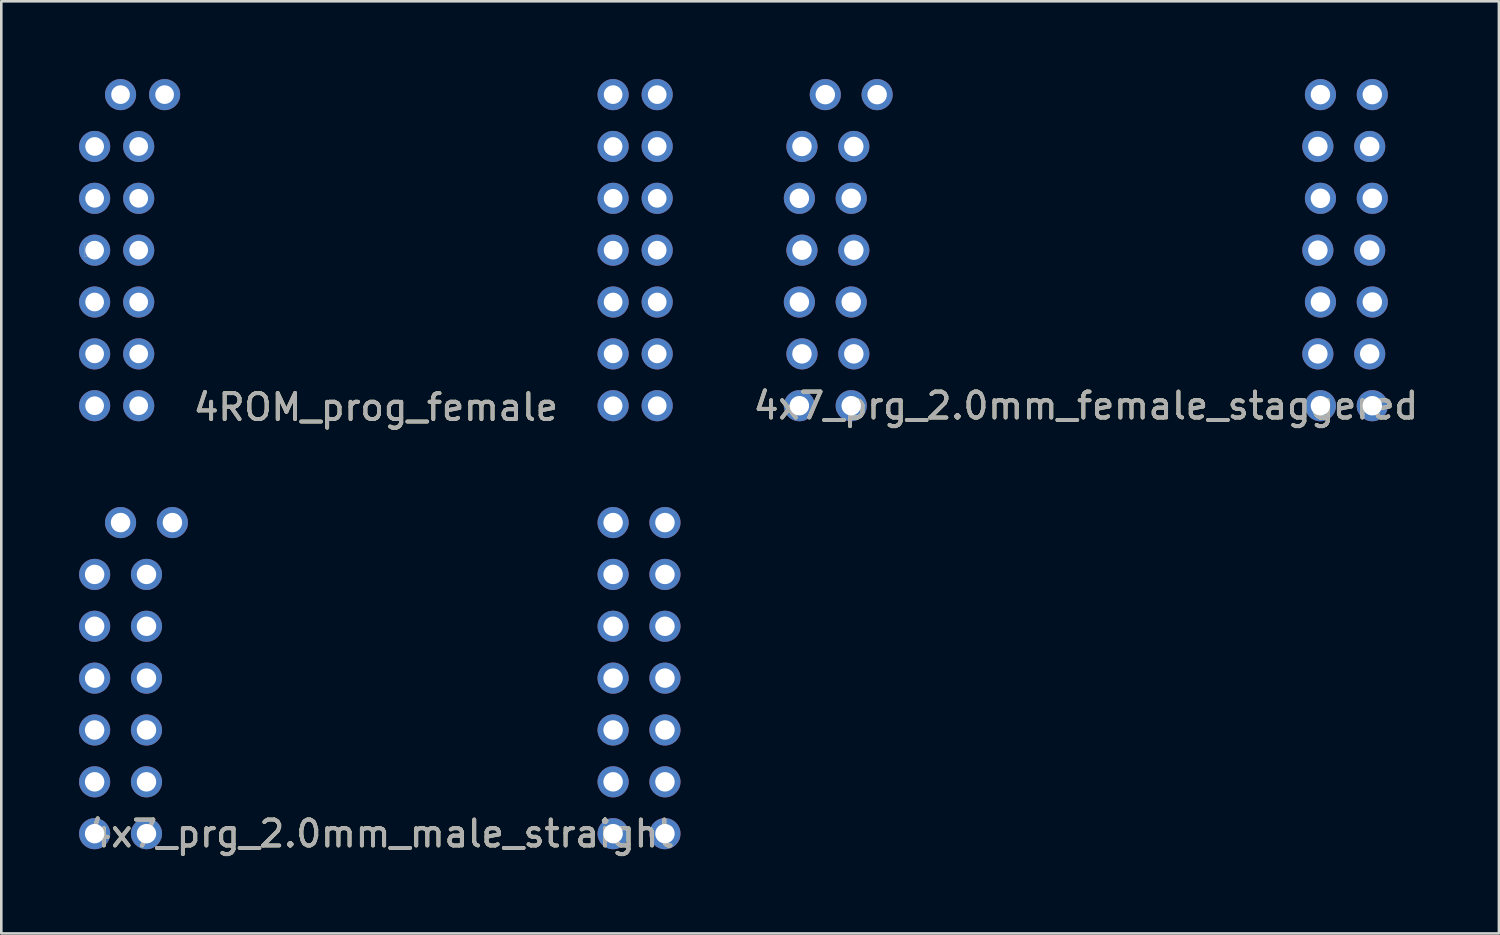
<source format=kicad_pcb>
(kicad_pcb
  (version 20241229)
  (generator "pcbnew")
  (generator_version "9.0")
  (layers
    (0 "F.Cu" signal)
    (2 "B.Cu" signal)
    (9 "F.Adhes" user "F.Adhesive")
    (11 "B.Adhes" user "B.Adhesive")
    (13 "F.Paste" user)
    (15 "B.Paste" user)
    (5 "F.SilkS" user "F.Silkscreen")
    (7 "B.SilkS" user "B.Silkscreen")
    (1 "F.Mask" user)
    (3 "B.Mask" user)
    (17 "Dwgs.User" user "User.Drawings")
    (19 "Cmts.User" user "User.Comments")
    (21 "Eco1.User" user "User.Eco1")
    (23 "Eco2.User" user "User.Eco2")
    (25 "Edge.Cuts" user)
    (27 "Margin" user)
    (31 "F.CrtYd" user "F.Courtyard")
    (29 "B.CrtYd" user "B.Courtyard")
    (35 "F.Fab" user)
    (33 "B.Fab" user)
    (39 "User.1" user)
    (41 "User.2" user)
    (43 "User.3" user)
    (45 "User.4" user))
  (footprint "4x7_prg_2.0mm_male_straight"
    (layer "F.Cu")
    (at 11.6 23.108)
    (property "Reference" "4x7_prg_2.0mm_male_straight" (at 0 6 0) (unlocked yes) (layer "F.SilkS") (effects (font (size 1 1) (thickness 0.15))))
    (attr through_hole)
    (fp_text user "${REFERENCE}" (at 0 6 0) (layer "F.Fab") (effects (font (size 1 1) (thickness 0.15))))
    (pad "1" thru_hole circle (at -8 -6) (size 1.2 1.2) (drill 0.75) (layers "*.Cu" "*.Mask"))
    (pad "2" thru_hole circle (at -10 -6) (size 1.2 1.2) (drill 0.75) (layers "*.Cu" "*.Mask"))
    (pad "3" thru_hole circle (at -9 -4) (size 1.2 1.2) (drill 0.75) (layers "*.Cu" "*.Mask"))
    (pad "4" thru_hole circle (at -11 -4) (size 1.2 1.2) (drill 0.75) (layers "*.Cu" "*.Mask"))
    (pad "5" thru_hole circle (at -9 -2) (size 1.2 1.2) (drill 0.75) (layers "*.Cu" "*.Mask"))
    (pad "6" thru_hole circle (at -11 -2) (size 1.2 1.2) (drill 0.75) (layers "*.Cu" "*.Mask"))
    (pad "7" thru_hole circle (at -9 0) (size 1.2 1.2) (drill 0.75) (layers "*.Cu" "*.Mask"))
    (pad "8" thru_hole circle (at -11 0) (size 1.2 1.2) (drill 0.75) (layers "*.Cu" "*.Mask"))
    (pad "9" thru_hole circle (at -9 2) (size 1.2 1.2) (drill 0.75) (layers "*.Cu" "*.Mask"))
    (pad "10" thru_hole circle (at -11 2) (size 1.2 1.2) (drill 0.75) (layers "*.Cu" "*.Mask"))
    (pad "11" thru_hole circle (at -9 4) (size 1.2 1.2) (drill 0.75) (layers "*.Cu" "*.Mask"))
    (pad "12" thru_hole circle (at -11 4) (size 1.2 1.2) (drill 0.75) (layers "*.Cu" "*.Mask"))
    (pad "13" thru_hole circle (at -9 6) (size 1.2 1.2) (drill 0.75) (layers "*.Cu" "*.Mask"))
    (pad "14" thru_hole circle (at -11 6) (size 1.2 1.2) (drill 0.75) (layers "*.Cu" "*.Mask"))
    (pad "15" thru_hole circle (at 9 6) (size 1.2 1.2) (drill 0.75) (layers "*.Cu" "*.Mask"))
    (pad "16" thru_hole circle (at 11 6) (size 1.2 1.2) (drill 0.75) (layers "*.Cu" "*.Mask"))
    (pad "17" thru_hole circle (at 9 4) (size 1.2 1.2) (drill 0.75) (layers "*.Cu" "*.Mask"))
    (pad "18" thru_hole circle (at 11 4) (size 1.2 1.2) (drill 0.75) (layers "*.Cu" "*.Mask"))
    (pad "19" thru_hole circle (at 9 2) (size 1.2 1.2) (drill 0.75) (layers "*.Cu" "*.Mask"))
    (pad "20" thru_hole circle (at 11 2) (size 1.2 1.2) (drill 0.75) (layers "*.Cu" "*.Mask"))
    (pad "21" thru_hole circle (at 9 0) (size 1.2 1.2) (drill 0.75) (layers "*.Cu" "*.Mask"))
    (pad "22" thru_hole circle (at 11 0) (size 1.2 1.2) (drill 0.75) (layers "*.Cu" "*.Mask"))
    (pad "23" thru_hole circle (at 9 -2) (size 1.2 1.2) (drill 0.75) (layers "*.Cu" "*.Mask"))
    (pad "24" thru_hole circle (at 11 -2) (size 1.2 1.2) (drill 0.75) (layers "*.Cu" "*.Mask"))
    (pad "25" thru_hole circle (at 9 -4) (size 1.2 1.2) (drill 0.75) (layers "*.Cu" "*.Mask"))
    (pad "26" thru_hole circle (at 11 -4) (size 1.2 1.2) (drill 0.75) (layers "*.Cu" "*.Mask"))
    (pad "27" thru_hole circle (at 9 -6) (size 1.2 1.2) (drill 0.75) (layers "*.Cu" "*.Mask"))
    (pad "28" thru_hole circle (at 11 -6) (size 1.2 1.2) (drill 0.75) (layers "*.Cu" "*.Mask")))
  (footprint "4ROM_prog_female"
    (layer "F.Cu")
    (at 11.45 6.6)
    (property "Reference" "4ROM_prog_female" (at 0 6.06 0) (unlocked yes) (layer "F.SilkS") (effects (font (size 1 1) (thickness 0.15))))
    (attr through_hole)
    (fp_rect (start -11.25 -0.25) (end -10.75 0.25) (stroke (width 0.01) (type solid)) (fill no) (layer "Dwgs.User"))
    (fp_rect (start -8.4 -6.25) (end -7.9 -5.75) (stroke (width 0.001) (type solid)) (fill no) (layer "Dwgs.User"))
    (fp_text user "${REFERENCE}" (at 0 6.06 0) (layer "F.Fab") (effects (font (size 1 1) (thickness 0.15))))
    (pad "1" thru_hole circle (at -8.15 -6) (size 1.2 1.2) (drill 0.72) (layers "*.Cu" "*.Mask"))
    (pad "2" thru_hole circle (at -9.85 -6) (size 1.2 1.2) (drill 0.72) (layers "*.Cu" "*.Mask"))
    (pad "3" thru_hole circle (at -9.15 -4) (size 1.2 1.2) (drill 0.72) (layers "*.Cu" "*.Mask"))
    (pad "4" thru_hole circle (at -10.85 -4) (size 1.2 1.2) (drill 0.72) (layers "*.Cu" "*.Mask"))
    (pad "5" thru_hole circle (at -9.15 -2) (size 1.2 1.2) (drill 0.72) (layers "*.Cu" "*.Mask"))
    (pad "6" thru_hole circle (at -10.85 -2) (size 1.2 1.2) (drill 0.72) (layers "*.Cu" "*.Mask"))
    (pad "7" thru_hole circle (at -9.15 0) (size 1.2 1.2) (drill 0.72) (layers "*.Cu" "*.Mask"))
    (pad "8" thru_hole circle (at -10.85 0) (size 1.2 1.2) (drill 0.72) (layers "*.Cu" "*.Mask"))
    (pad "9" thru_hole circle (at -9.15 2) (size 1.2 1.2) (drill 0.72) (layers "*.Cu" "*.Mask"))
    (pad "10" thru_hole circle (at -10.85 2) (size 1.2 1.2) (drill 0.72) (layers "*.Cu" "*.Mask"))
    (pad "11" thru_hole circle (at -9.15 4) (size 1.2 1.2) (drill 0.72) (layers "*.Cu" "*.Mask"))
    (pad "12" thru_hole circle (at -10.85 4) (size 1.2 1.2) (drill 0.72) (layers "*.Cu" "*.Mask"))
    (pad "13" thru_hole circle (at -9.15 6) (size 1.2 1.2) (drill 0.72) (layers "*.Cu" "*.Mask"))
    (pad "14" thru_hole circle (at -10.85 6) (size 1.2 1.2) (drill 0.72) (layers "*.Cu" "*.Mask"))
    (pad "15" thru_hole circle (at 9.15 6) (size 1.2 1.2) (drill 0.72) (layers "*.Cu" "*.Mask"))
    (pad "16" thru_hole circle (at 10.85 6) (size 1.2 1.2) (drill 0.72) (layers "*.Cu" "*.Mask"))
    (pad "17" thru_hole circle (at 9.15 4) (size 1.2 1.2) (drill 0.72) (layers "*.Cu" "*.Mask"))
    (pad "18" thru_hole circle (at 10.85 4) (size 1.2 1.2) (drill 0.72) (layers "*.Cu" "*.Mask"))
    (pad "19" thru_hole circle (at 9.15 2) (size 1.2 1.2) (drill 0.72) (layers "*.Cu" "*.Mask"))
    (pad "20" thru_hole circle (at 10.85 2) (size 1.2 1.2) (drill 0.72) (layers "*.Cu" "*.Mask"))
    (pad "21" thru_hole circle (at 9.15 0) (size 1.2 1.2) (drill 0.72) (layers "*.Cu" "*.Mask"))
    (pad "22" thru_hole circle (at 10.85 0) (size 1.2 1.2) (drill 0.72) (layers "*.Cu" "*.Mask"))
    (pad "23" thru_hole circle (at 9.15 -2) (size 1.2 1.2) (drill 0.72) (layers "*.Cu" "*.Mask"))
    (pad "24" thru_hole circle (at 10.85 -2) (size 1.2 1.2) (drill 0.72) (layers "*.Cu" "*.Mask"))
    (pad "25" thru_hole circle (at 9.15 -4) (size 1.2 1.2) (drill 0.72) (layers "*.Cu" "*.Mask"))
    (pad "26" thru_hole circle (at 10.85 -4) (size 1.2 1.2) (drill 0.72) (layers "*.Cu" "*.Mask"))
    (pad "27" thru_hole circle (at 9.15 -6) (size 1.2 1.2) (drill 0.72) (layers "*.Cu" "*.Mask"))
    (pad "28" thru_hole circle (at 10.85 -6) (size 1.2 1.2) (drill 0.72) (layers "*.Cu" "*.Mask")))
  (footprint "4x7_prg_2.0mm_female_staggered"
    (layer "F.Cu")
    (at 38.835 6.6)
    (property "Reference" "4x7_prg_2.0mm_female_staggered" (at 0 6 0) (unlocked yes) (layer "F.SilkS") (effects (font (size 1 1) (thickness 0.15))))
    (attr through_hole)
    (fp_text user "${REFERENCE}" (at 0 6 0) (layer "F.Fab") (effects (font (size 1 1) (thickness 0.15))))
    (pad "1" thru_hole circle (at -8.05 -6) (size 1.2 1.2) (drill 0.75) (layers "*.Cu" "*.Mask"))
    (pad "2" thru_hole circle (at -10.05 -6) (size 1.2 1.2) (drill 0.75) (layers "*.Cu" "*.Mask"))
    (pad "3" thru_hole circle (at -8.95 -4) (size 1.2 1.2) (drill 0.75) (layers "*.Cu" "*.Mask"))
    (pad "4" thru_hole circle (at -10.95 -4) (size 1.2 1.2) (drill 0.75) (layers "*.Cu" "*.Mask"))
    (pad "5" thru_hole circle (at -9.05 -2) (size 1.2 1.2) (drill 0.75) (layers "*.Cu" "*.Mask"))
    (pad "6" thru_hole circle (at -11.05 -2) (size 1.2 1.2) (drill 0.75) (layers "*.Cu" "*.Mask"))
    (pad "7" thru_hole circle (at -8.95 0) (size 1.2 1.2) (drill 0.75) (layers "*.Cu" "*.Mask"))
    (pad "8" thru_hole circle (at -10.95 0) (size 1.2 1.2) (drill 0.75) (layers "*.Cu" "*.Mask"))
    (pad "9" thru_hole circle (at -9.05 2) (size 1.2 1.2) (drill 0.75) (layers "*.Cu" "*.Mask"))
    (pad "10" thru_hole circle (at -11.05 2) (size 1.2 1.2) (drill 0.75) (layers "*.Cu" "*.Mask"))
    (pad "11" thru_hole circle (at -8.95 4) (size 1.2 1.2) (drill 0.75) (layers "*.Cu" "*.Mask"))
    (pad "12" thru_hole circle (at -10.95 4) (size 1.2 1.2) (drill 0.75) (layers "*.Cu" "*.Mask"))
    (pad "13" thru_hole circle (at -9.05 6) (size 1.2 1.2) (drill 0.75) (layers "*.Cu" "*.Mask"))
    (pad "14" thru_hole circle (at -11.05 6) (size 1.2 1.2) (drill 0.75) (layers "*.Cu" "*.Mask"))
    (pad "15" thru_hole circle (at 9.05 6) (size 1.2 1.2) (drill 0.75) (layers "*.Cu" "*.Mask"))
    (pad "16" thru_hole circle (at 11.05 6) (size 1.2 1.2) (drill 0.75) (layers "*.Cu" "*.Mask"))
    (pad "17" thru_hole circle (at 8.95 4) (size 1.2 1.2) (drill 0.75) (layers "*.Cu" "*.Mask"))
    (pad "18" thru_hole circle (at 10.95 4) (size 1.2 1.2) (drill 0.75) (layers "*.Cu" "*.Mask"))
    (pad "19" thru_hole circle (at 9.05 2) (size 1.2 1.2) (drill 0.75) (layers "*.Cu" "*.Mask"))
    (pad "20" thru_hole circle (at 11.05 2) (size 1.2 1.2) (drill 0.75) (layers "*.Cu" "*.Mask"))
    (pad "21" thru_hole circle (at 8.95 0) (size 1.2 1.2) (drill 0.75) (layers "*.Cu" "*.Mask"))
    (pad "22" thru_hole circle (at 10.95 0) (size 1.2 1.2) (drill 0.75) (layers "*.Cu" "*.Mask"))
    (pad "23" thru_hole circle (at 9.05 -2) (size 1.2 1.2) (drill 0.75) (layers "*.Cu" "*.Mask"))
    (pad "24" thru_hole circle (at 11.05 -2) (size 1.2 1.2) (drill 0.75) (layers "*.Cu" "*.Mask"))
    (pad "25" thru_hole circle (at 8.95 -4) (size 1.2 1.2) (drill 0.75) (layers "*.Cu" "*.Mask"))
    (pad "26" thru_hole circle (at 10.95 -4) (size 1.2 1.2) (drill 0.75) (layers "*.Cu" "*.Mask"))
    (pad "27" thru_hole circle (at 9.05 -6) (size 1.2 1.2) (drill 0.75) (layers "*.Cu" "*.Mask"))
    (pad "28" thru_hole circle (at 11.05 -6) (size 1.2 1.2) (drill 0.75) (layers "*.Cu" "*.Mask")))
  (gr_rect
    (start -3 -3)
    (end 54.769 32.956)
    (stroke (width 0.1) (type default))
    (fill no)
    (layer "Edge.Cuts")))
</source>
